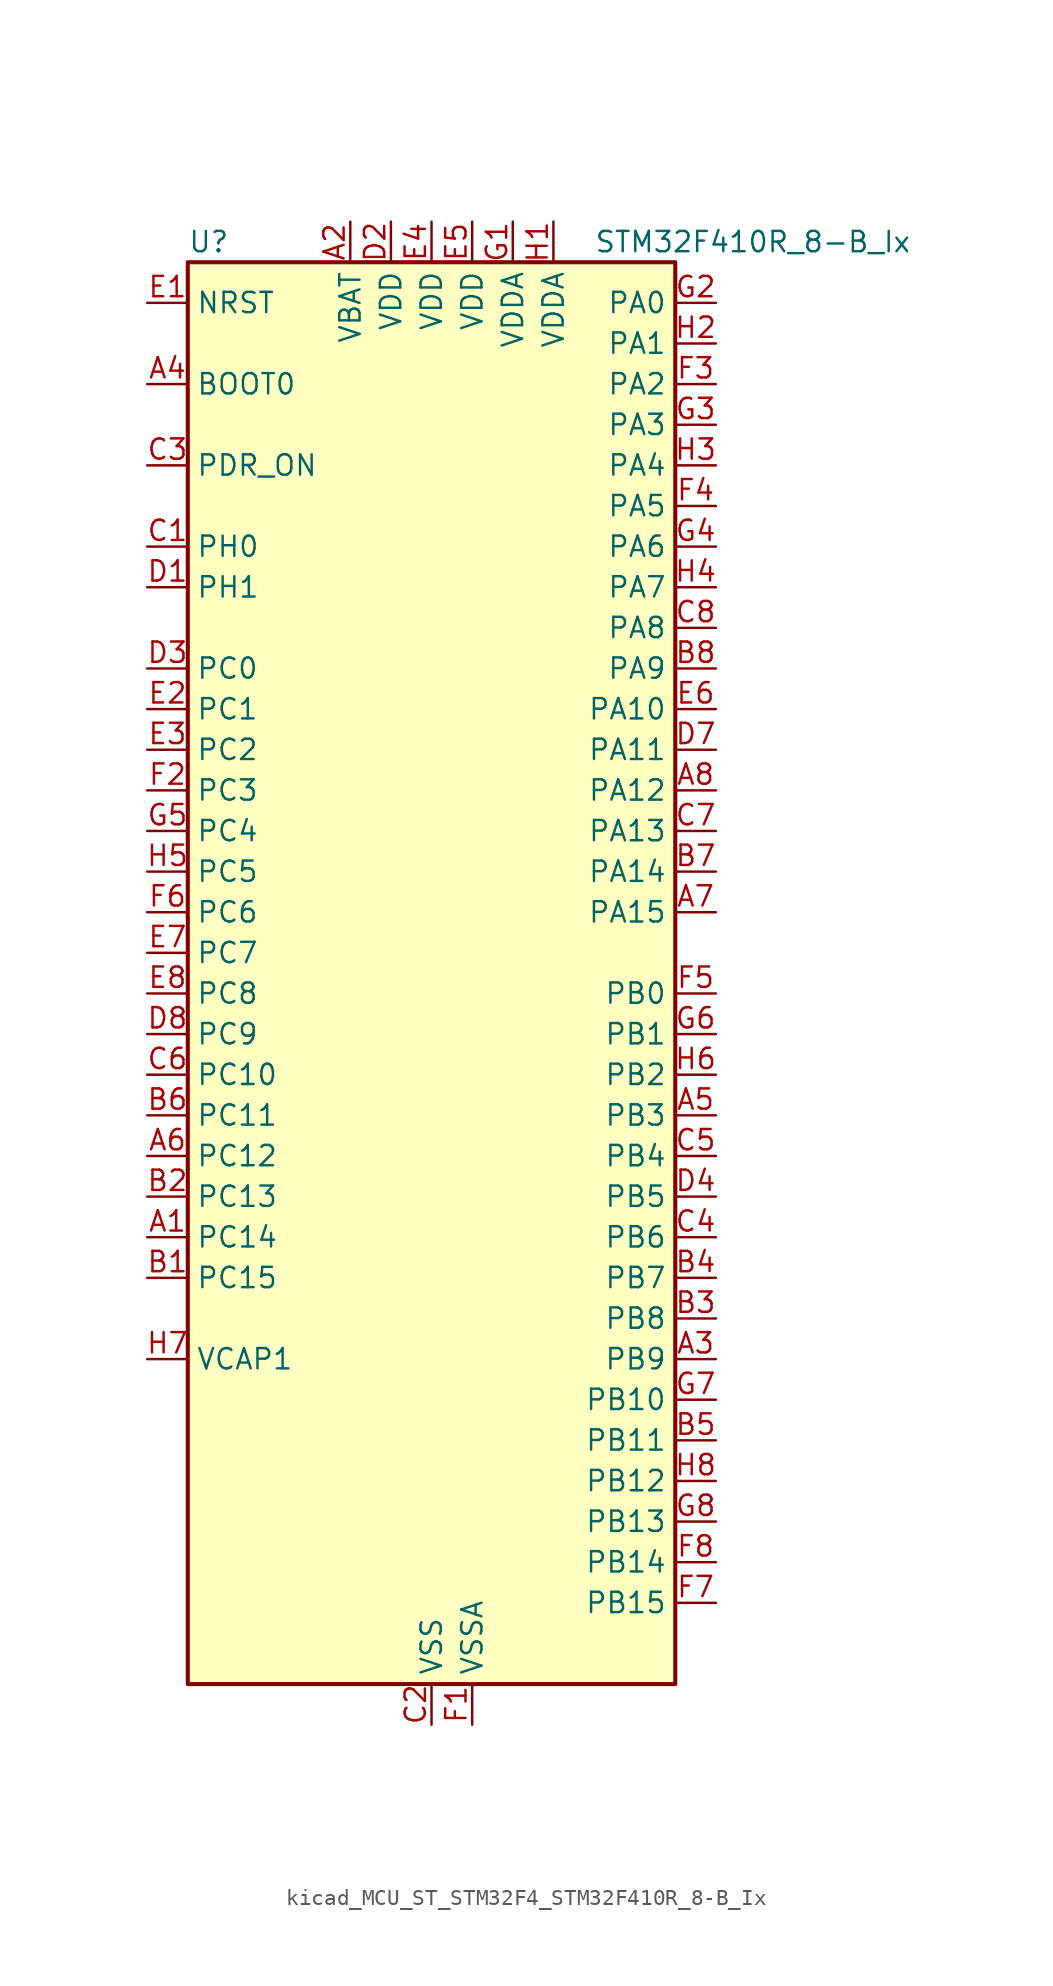
<source format=kicad_sym>
(kicad_symbol_lib
  (version 20220914)
  (generator kicad_symbol_editor)
  (symbol "kicad_MCU_ST_STM32F4_STM32F410R_8-B_Ix"
    (property "Reference" "U"
      (at -15.24 46.99 0)
      (effects (font (size 1.27 1.27)) (justify left)))
    (property "Value" "STM32F410R_8-B_Ix"
      (at 10.16 46.99 0)
      (effects (font (size 1.27 1.27)) (justify left)))
    (property "ki_locked" ""
      (at 0 0 0)
      (effects (font (size 1.27 1.27))))
    (symbol "kicad_MCU_ST_STM32F4_STM32F410R_8-B_Ix_0_1"
      (rectangle (start -15.24 -43.18) (end 15.24 45.72) (stroke (width 0.254) (type default)) (fill (type background))))
    (symbol "kicad_MCU_ST_STM32F4_STM32F410R_8-B_Ix_1_1"
      (pin bidirectional line (at -17.78 -15.24 0) (length 2.54) (name "PC14" (effects (font (size 1.27 1.27)))) (number "A1" (effects (font (size 1.27 1.27)))) (alternate "RCC_OSC32_IN" bidirectional line))
      (pin power_in line (at -5.08 48.26 270) (length 2.54) (name "VBAT" (effects (font (size 1.27 1.27)))) (number "A2" (effects (font (size 1.27 1.27)))))
      (pin bidirectional line (at 17.78 -22.86 180) (length 2.54) (name "PB9" (effects (font (size 1.27 1.27)))) (number "A3" (effects (font (size 1.27 1.27)))) (alternate "DAC_EXTI9" bidirectional line) (alternate "I2C1_SDA" bidirectional line) (alternate "I2C2_SDA" bidirectional line) (alternate "I2S2_WS" bidirectional line) (alternate "SPI2_NSS" bidirectional line) (alternate "TIM11_CH1" bidirectional line))
      (pin input line (at -17.78 38.1 0) (length 2.54) (name "BOOT0" (effects (font (size 1.27 1.27)))) (number "A4" (effects (font (size 1.27 1.27)))))
      (pin bidirectional line (at 17.78 -7.62 180) (length 2.54) (name "PB3" (effects (font (size 1.27 1.27)))) (number "A5" (effects (font (size 1.27 1.27)))) (alternate "FMPI2C1_SDA" bidirectional line) (alternate "I2C2_SDA" bidirectional line) (alternate "I2S1_CK" bidirectional line) (alternate "SPI1_SCK" bidirectional line) (alternate "SYS_JTDO-SWO" bidirectional line) (alternate "USART1_RX" bidirectional line))
      (pin bidirectional line (at -17.78 -10.16 0) (length 2.54) (name "PC12" (effects (font (size 1.27 1.27)))) (number "A6" (effects (font (size 1.27 1.27)))) (alternate "SYS_TRACED2" bidirectional line) (alternate "TIM11_CH1" bidirectional line))
      (pin bidirectional line (at 17.78 5.08 180) (length 2.54) (name "PA15" (effects (font (size 1.27 1.27)))) (number "A7" (effects (font (size 1.27 1.27)))) (alternate "ADC1_EXTI15" bidirectional line) (alternate "I2S1_WS" bidirectional line) (alternate "SPI1_NSS" bidirectional line) (alternate "SYS_JTDI" bidirectional line) (alternate "USART1_TX" bidirectional line))
      (pin bidirectional line (at 17.78 12.7 180) (length 2.54) (name "PA12" (effects (font (size 1.27 1.27)))) (number "A8" (effects (font (size 1.27 1.27)))) (alternate "SPI5_MISO" bidirectional line) (alternate "TIM1_ETR" bidirectional line) (alternate "USART1_RTS" bidirectional line) (alternate "USART6_RX" bidirectional line))
      (pin bidirectional line (at -17.78 -17.78 0) (length 2.54) (name "PC15" (effects (font (size 1.27 1.27)))) (number "B1" (effects (font (size 1.27 1.27)))) (alternate "ADC1_EXTI15" bidirectional line) (alternate "RCC_OSC32_OUT" bidirectional line))
      (pin bidirectional line (at -17.78 -12.7 0) (length 2.54) (name "PC13" (effects (font (size 1.27 1.27)))) (number "B2" (effects (font (size 1.27 1.27)))) (alternate "RTC_AF1" bidirectional line))
      (pin bidirectional line (at 17.78 -20.32 180) (length 2.54) (name "PB8" (effects (font (size 1.27 1.27)))) (number "B3" (effects (font (size 1.27 1.27)))) (alternate "I2C1_SCL" bidirectional line) (alternate "I2S5_SD" bidirectional line) (alternate "LPTIM1_OUT" bidirectional line) (alternate "SPI5_MOSI" bidirectional line))
      (pin bidirectional line (at 17.78 -17.78 180) (length 2.54) (name "PB7" (effects (font (size 1.27 1.27)))) (number "B4" (effects (font (size 1.27 1.27)))) (alternate "I2C1_SDA" bidirectional line) (alternate "LPTIM1_IN2" bidirectional line) (alternate "USART1_RX" bidirectional line))
      (pin bidirectional line (at 17.78 -27.94 180) (length 2.54) (name "PB11" (effects (font (size 1.27 1.27)))) (number "B5" (effects (font (size 1.27 1.27)))) (alternate "ADC1_EXTI11" bidirectional line) (alternate "I2C2_SDA" bidirectional line) (alternate "I2S_CKIN" bidirectional line) (alternate "SYS_TRACED3" bidirectional line) (alternate "TIM5_CH4" bidirectional line))
      (pin bidirectional line (at -17.78 -7.62 0) (length 2.54) (name "PC11" (effects (font (size 1.27 1.27)))) (number "B6" (effects (font (size 1.27 1.27)))) (alternate "ADC1_EXTI11" bidirectional line) (alternate "SYS_TRACED1" bidirectional line) (alternate "TIM5_CH3" bidirectional line))
      (pin bidirectional line (at 17.78 7.62 180) (length 2.54) (name "PA14" (effects (font (size 1.27 1.27)))) (number "B7" (effects (font (size 1.27 1.27)))) (alternate "SYS_JTCK-SWCLK" bidirectional line))
      (pin bidirectional line (at 17.78 20.32 180) (length 2.54) (name "PA9" (effects (font (size 1.27 1.27)))) (number "B8" (effects (font (size 1.27 1.27)))) (alternate "DAC_EXTI9" bidirectional line) (alternate "TIM1_CH2" bidirectional line) (alternate "USART1_TX" bidirectional line))
      (pin bidirectional line (at -17.78 27.94 0) (length 2.54) (name "PH0" (effects (font (size 1.27 1.27)))) (number "C1" (effects (font (size 1.27 1.27)))) (alternate "RCC_OSC_IN" bidirectional line))
      (pin power_in line (at 0 -45.72 90) (length 2.54) (name "VSS" (effects (font (size 1.27 1.27)))) (number "C2" (effects (font (size 1.27 1.27)))))
      (pin input line (at -17.78 33.02 0) (length 2.54) (name "PDR_ON" (effects (font (size 1.27 1.27)))) (number "C3" (effects (font (size 1.27 1.27)))))
      (pin bidirectional line (at 17.78 -15.24 180) (length 2.54) (name "PB6" (effects (font (size 1.27 1.27)))) (number "C4" (effects (font (size 1.27 1.27)))) (alternate "I2C1_SCL" bidirectional line) (alternate "LPTIM1_ETR" bidirectional line) (alternate "USART1_TX" bidirectional line))
      (pin bidirectional line (at 17.78 -10.16 180) (length 2.54) (name "PB4" (effects (font (size 1.27 1.27)))) (number "C5" (effects (font (size 1.27 1.27)))) (alternate "SPI1_MISO" bidirectional line) (alternate "SYS_JTRST" bidirectional line))
      (pin bidirectional line (at -17.78 -5.08 0) (length 2.54) (name "PC10" (effects (font (size 1.27 1.27)))) (number "C6" (effects (font (size 1.27 1.27)))) (alternate "SYS_TRACED0" bidirectional line) (alternate "TIM5_CH2" bidirectional line))
      (pin bidirectional line (at 17.78 10.16 180) (length 2.54) (name "PA13" (effects (font (size 1.27 1.27)))) (number "C7" (effects (font (size 1.27 1.27)))) (alternate "SYS_JTMS-SWDIO" bidirectional line))
      (pin bidirectional line (at 17.78 22.86 180) (length 2.54) (name "PA8" (effects (font (size 1.27 1.27)))) (number "C8" (effects (font (size 1.27 1.27)))) (alternate "FMPI2C1_SCL" bidirectional line) (alternate "RCC_MCO_1" bidirectional line) (alternate "TIM1_CH1" bidirectional line) (alternate "USART1_CK" bidirectional line))
      (pin bidirectional line (at -17.78 25.4 0) (length 2.54) (name "PH1" (effects (font (size 1.27 1.27)))) (number "D1" (effects (font (size 1.27 1.27)))) (alternate "RCC_OSC_OUT" bidirectional line))
      (pin power_in line (at -2.54 48.26 270) (length 2.54) (name "VDD" (effects (font (size 1.27 1.27)))) (number "D2" (effects (font (size 1.27 1.27)))))
      (pin bidirectional line (at -17.78 20.32 0) (length 2.54) (name "PC0" (effects (font (size 1.27 1.27)))) (number "D3" (effects (font (size 1.27 1.27)))) (alternate "ADC1_IN10" bidirectional line) (alternate "LPTIM1_IN1" bidirectional line) (alternate "SYS_WKUP2" bidirectional line))
      (pin bidirectional line (at 17.78 -12.7 180) (length 2.54) (name "PB5" (effects (font (size 1.27 1.27)))) (number "D4" (effects (font (size 1.27 1.27)))) (alternate "I2C1_SMBA" bidirectional line) (alternate "I2S1_SD" bidirectional line) (alternate "LPTIM1_IN1" bidirectional line) (alternate "SPI1_MOSI" bidirectional line))
      (pin passive line (at 0 -45.72 90) (length 2.54) hide (name "VSS" (effects (font (size 1.27 1.27)))) (number "D5" (effects (font (size 1.27 1.27)))))
      (pin passive line (at 0 -45.72 90) (length 2.54) hide (name "VSS" (effects (font (size 1.27 1.27)))) (number "D6" (effects (font (size 1.27 1.27)))))
      (pin bidirectional line (at 17.78 15.24 180) (length 2.54) (name "PA11" (effects (font (size 1.27 1.27)))) (number "D7" (effects (font (size 1.27 1.27)))) (alternate "ADC1_EXTI11" bidirectional line) (alternate "TIM1_CH4" bidirectional line) (alternate "USART1_CTS" bidirectional line) (alternate "USART6_TX" bidirectional line))
      (pin bidirectional line (at -17.78 -2.54 0) (length 2.54) (name "PC9" (effects (font (size 1.27 1.27)))) (number "D8" (effects (font (size 1.27 1.27)))) (alternate "DAC_EXTI9" bidirectional line) (alternate "FMPI2C1_SDA" bidirectional line) (alternate "I2S_CKIN" bidirectional line) (alternate "RCC_MCO_2" bidirectional line))
      (pin input line (at -17.78 43.18 0) (length 2.54) (name "NRST" (effects (font (size 1.27 1.27)))) (number "E1" (effects (font (size 1.27 1.27)))))
      (pin bidirectional line (at -17.78 17.78 0) (length 2.54) (name "PC1" (effects (font (size 1.27 1.27)))) (number "E2" (effects (font (size 1.27 1.27)))) (alternate "ADC1_IN11" bidirectional line) (alternate "LPTIM1_OUT" bidirectional line) (alternate "SYS_WKUP3" bidirectional line))
      (pin bidirectional line (at -17.78 15.24 0) (length 2.54) (name "PC2" (effects (font (size 1.27 1.27)))) (number "E3" (effects (font (size 1.27 1.27)))) (alternate "ADC1_IN12" bidirectional line) (alternate "LPTIM1_IN2" bidirectional line) (alternate "SPI2_MISO" bidirectional line))
      (pin power_in line (at 0 48.26 270) (length 2.54) (name "VDD" (effects (font (size 1.27 1.27)))) (number "E4" (effects (font (size 1.27 1.27)))))
      (pin power_in line (at 2.54 48.26 270) (length 2.54) (name "VDD" (effects (font (size 1.27 1.27)))) (number "E5" (effects (font (size 1.27 1.27)))))
      (pin bidirectional line (at 17.78 17.78 180) (length 2.54) (name "PA10" (effects (font (size 1.27 1.27)))) (number "E6" (effects (font (size 1.27 1.27)))) (alternate "I2S5_SD" bidirectional line) (alternate "SPI5_MOSI" bidirectional line) (alternate "TIM1_CH3" bidirectional line) (alternate "USART1_RX" bidirectional line))
      (pin bidirectional line (at -17.78 2.54 0) (length 2.54) (name "PC7" (effects (font (size 1.27 1.27)))) (number "E7" (effects (font (size 1.27 1.27)))) (alternate "FMPI2C1_SDA" bidirectional line) (alternate "I2S1_MCK" bidirectional line) (alternate "I2S2_CK" bidirectional line) (alternate "SPI2_SCK" bidirectional line) (alternate "USART6_RX" bidirectional line))
      (pin bidirectional line (at -17.78 0 0) (length 2.54) (name "PC8" (effects (font (size 1.27 1.27)))) (number "E8" (effects (font (size 1.27 1.27)))) (alternate "USART6_CK" bidirectional line))
      (pin power_in line (at 2.54 -45.72 90) (length 2.54) (name "VSSA" (effects (font (size 1.27 1.27)))) (number "F1" (effects (font (size 1.27 1.27)))))
      (pin bidirectional line (at -17.78 12.7 0) (length 2.54) (name "PC3" (effects (font (size 1.27 1.27)))) (number "F2" (effects (font (size 1.27 1.27)))) (alternate "ADC1_IN13" bidirectional line) (alternate "I2S2_SD" bidirectional line) (alternate "LPTIM1_ETR" bidirectional line) (alternate "SPI2_MOSI" bidirectional line))
      (pin bidirectional line (at 17.78 38.1 180) (length 2.54) (name "PA2" (effects (font (size 1.27 1.27)))) (number "F3" (effects (font (size 1.27 1.27)))) (alternate "ADC1_IN2" bidirectional line) (alternate "I2S_CKIN" bidirectional line) (alternate "TIM5_CH3" bidirectional line) (alternate "TIM9_CH1" bidirectional line) (alternate "USART2_TX" bidirectional line))
      (pin bidirectional line (at 17.78 30.48 180) (length 2.54) (name "PA5" (effects (font (size 1.27 1.27)))) (number "F4" (effects (font (size 1.27 1.27)))) (alternate "ADC1_IN5" bidirectional line) (alternate "DAC_OUT1" bidirectional line) (alternate "I2S1_CK" bidirectional line) (alternate "SPI1_SCK" bidirectional line))
      (pin bidirectional line (at 17.78 0 180) (length 2.54) (name "PB0" (effects (font (size 1.27 1.27)))) (number "F5" (effects (font (size 1.27 1.27)))) (alternate "ADC1_IN8" bidirectional line) (alternate "I2S5_CK" bidirectional line) (alternate "SPI5_SCK" bidirectional line) (alternate "TIM1_CH2N" bidirectional line))
      (pin bidirectional line (at -17.78 5.08 0) (length 2.54) (name "PC6" (effects (font (size 1.27 1.27)))) (number "F6" (effects (font (size 1.27 1.27)))) (alternate "FMPI2C1_SCL" bidirectional line) (alternate "I2S2_MCK" bidirectional line) (alternate "SYS_TRACECLK" bidirectional line) (alternate "USART6_TX" bidirectional line))
      (pin bidirectional line (at 17.78 -38.1 180) (length 2.54) (name "PB15" (effects (font (size 1.27 1.27)))) (number "F7" (effects (font (size 1.27 1.27)))) (alternate "ADC1_EXTI15" bidirectional line) (alternate "FMPI2C1_SCL" bidirectional line) (alternate "I2S2_SD" bidirectional line) (alternate "RTC_REFIN" bidirectional line) (alternate "SPI2_MOSI" bidirectional line) (alternate "TIM1_CH3N" bidirectional line))
      (pin bidirectional line (at 17.78 -35.56 180) (length 2.54) (name "PB14" (effects (font (size 1.27 1.27)))) (number "F8" (effects (font (size 1.27 1.27)))) (alternate "FMPI2C1_SDA" bidirectional line) (alternate "SPI2_MISO" bidirectional line) (alternate "TIM1_CH2N" bidirectional line))
      (pin power_in line (at 5.08 48.26 270) (length 2.54) (name "VDDA" (effects (font (size 1.27 1.27)))) (number "G1" (effects (font (size 1.27 1.27)))))
      (pin bidirectional line (at 17.78 43.18 180) (length 2.54) (name "PA0" (effects (font (size 1.27 1.27)))) (number "G2" (effects (font (size 1.27 1.27)))) (alternate "ADC1_IN0" bidirectional line) (alternate "SYS_WKUP1" bidirectional line) (alternate "TIM5_CH1" bidirectional line) (alternate "USART2_CTS" bidirectional line))
      (pin bidirectional line (at 17.78 35.56 180) (length 2.54) (name "PA3" (effects (font (size 1.27 1.27)))) (number "G3" (effects (font (size 1.27 1.27)))) (alternate "ADC1_IN3" bidirectional line) (alternate "I2S2_MCK" bidirectional line) (alternate "TIM5_CH4" bidirectional line) (alternate "TIM9_CH2" bidirectional line) (alternate "USART2_RX" bidirectional line))
      (pin bidirectional line (at 17.78 27.94 180) (length 2.54) (name "PA6" (effects (font (size 1.27 1.27)))) (number "G4" (effects (font (size 1.27 1.27)))) (alternate "ADC1_IN6" bidirectional line) (alternate "I2S2_MCK" bidirectional line) (alternate "SPI1_MISO" bidirectional line) (alternate "TIM1_BKIN" bidirectional line))
      (pin bidirectional line (at -17.78 10.16 0) (length 2.54) (name "PC4" (effects (font (size 1.27 1.27)))) (number "G5" (effects (font (size 1.27 1.27)))) (alternate "ADC1_IN14" bidirectional line) (alternate "TIM9_CH1" bidirectional line))
      (pin bidirectional line (at 17.78 -2.54 180) (length 2.54) (name "PB1" (effects (font (size 1.27 1.27)))) (number "G6" (effects (font (size 1.27 1.27)))) (alternate "ADC1_IN9" bidirectional line) (alternate "I2S5_WS" bidirectional line) (alternate "SPI5_NSS" bidirectional line) (alternate "TIM1_CH3N" bidirectional line))
      (pin bidirectional line (at 17.78 -25.4 180) (length 2.54) (name "PB10" (effects (font (size 1.27 1.27)))) (number "G7" (effects (font (size 1.27 1.27)))) (alternate "FMPI2C1_SCL" bidirectional line) (alternate "I2C2_SCL" bidirectional line) (alternate "I2S1_MCK" bidirectional line) (alternate "I2S2_CK" bidirectional line) (alternate "SPI2_SCK" bidirectional line))
      (pin bidirectional line (at 17.78 -33.02 180) (length 2.54) (name "PB13" (effects (font (size 1.27 1.27)))) (number "G8" (effects (font (size 1.27 1.27)))) (alternate "FMPI2C1_SMBA" bidirectional line) (alternate "I2S2_CK" bidirectional line) (alternate "SPI2_SCK" bidirectional line) (alternate "TIM1_CH1N" bidirectional line))
      (pin power_in line (at 7.62 48.26 270) (length 2.54) (name "VDDA" (effects (font (size 1.27 1.27)))) (number "H1" (effects (font (size 1.27 1.27)))))
      (pin bidirectional line (at 17.78 40.64 180) (length 2.54) (name "PA1" (effects (font (size 1.27 1.27)))) (number "H2" (effects (font (size 1.27 1.27)))) (alternate "ADC1_IN1" bidirectional line) (alternate "TIM5_CH2" bidirectional line) (alternate "USART2_RTS" bidirectional line))
      (pin bidirectional line (at 17.78 33.02 180) (length 2.54) (name "PA4" (effects (font (size 1.27 1.27)))) (number "H3" (effects (font (size 1.27 1.27)))) (alternate "ADC1_IN4" bidirectional line) (alternate "I2S1_WS" bidirectional line) (alternate "SPI1_NSS" bidirectional line) (alternate "USART2_CK" bidirectional line))
      (pin bidirectional line (at 17.78 25.4 180) (length 2.54) (name "PA7" (effects (font (size 1.27 1.27)))) (number "H4" (effects (font (size 1.27 1.27)))) (alternate "ADC1_IN7" bidirectional line) (alternate "I2S1_SD" bidirectional line) (alternate "SPI1_MOSI" bidirectional line) (alternate "TIM1_CH1N" bidirectional line))
      (pin bidirectional line (at -17.78 7.62 0) (length 2.54) (name "PC5" (effects (font (size 1.27 1.27)))) (number "H5" (effects (font (size 1.27 1.27)))) (alternate "ADC1_IN15" bidirectional line) (alternate "FMPI2C1_SMBA" bidirectional line) (alternate "TIM9_CH2" bidirectional line))
      (pin bidirectional line (at 17.78 -5.08 180) (length 2.54) (name "PB2" (effects (font (size 1.27 1.27)))) (number "H6" (effects (font (size 1.27 1.27)))) (alternate "LPTIM1_OUT" bidirectional line))
      (pin power_out line (at -17.78 -22.86 0) (length 2.54) (name "VCAP1" (effects (font (size 1.27 1.27)))) (number "H7" (effects (font (size 1.27 1.27)))))
      (pin bidirectional line (at 17.78 -30.48 180) (length 2.54) (name "PB12" (effects (font (size 1.27 1.27)))) (number "H8" (effects (font (size 1.27 1.27)))) (alternate "I2C2_SMBA" bidirectional line) (alternate "I2S2_WS" bidirectional line) (alternate "SPI2_NSS" bidirectional line) (alternate "TIM1_BKIN" bidirectional line) (alternate "TIM5_CH1" bidirectional line)))))
</source>
